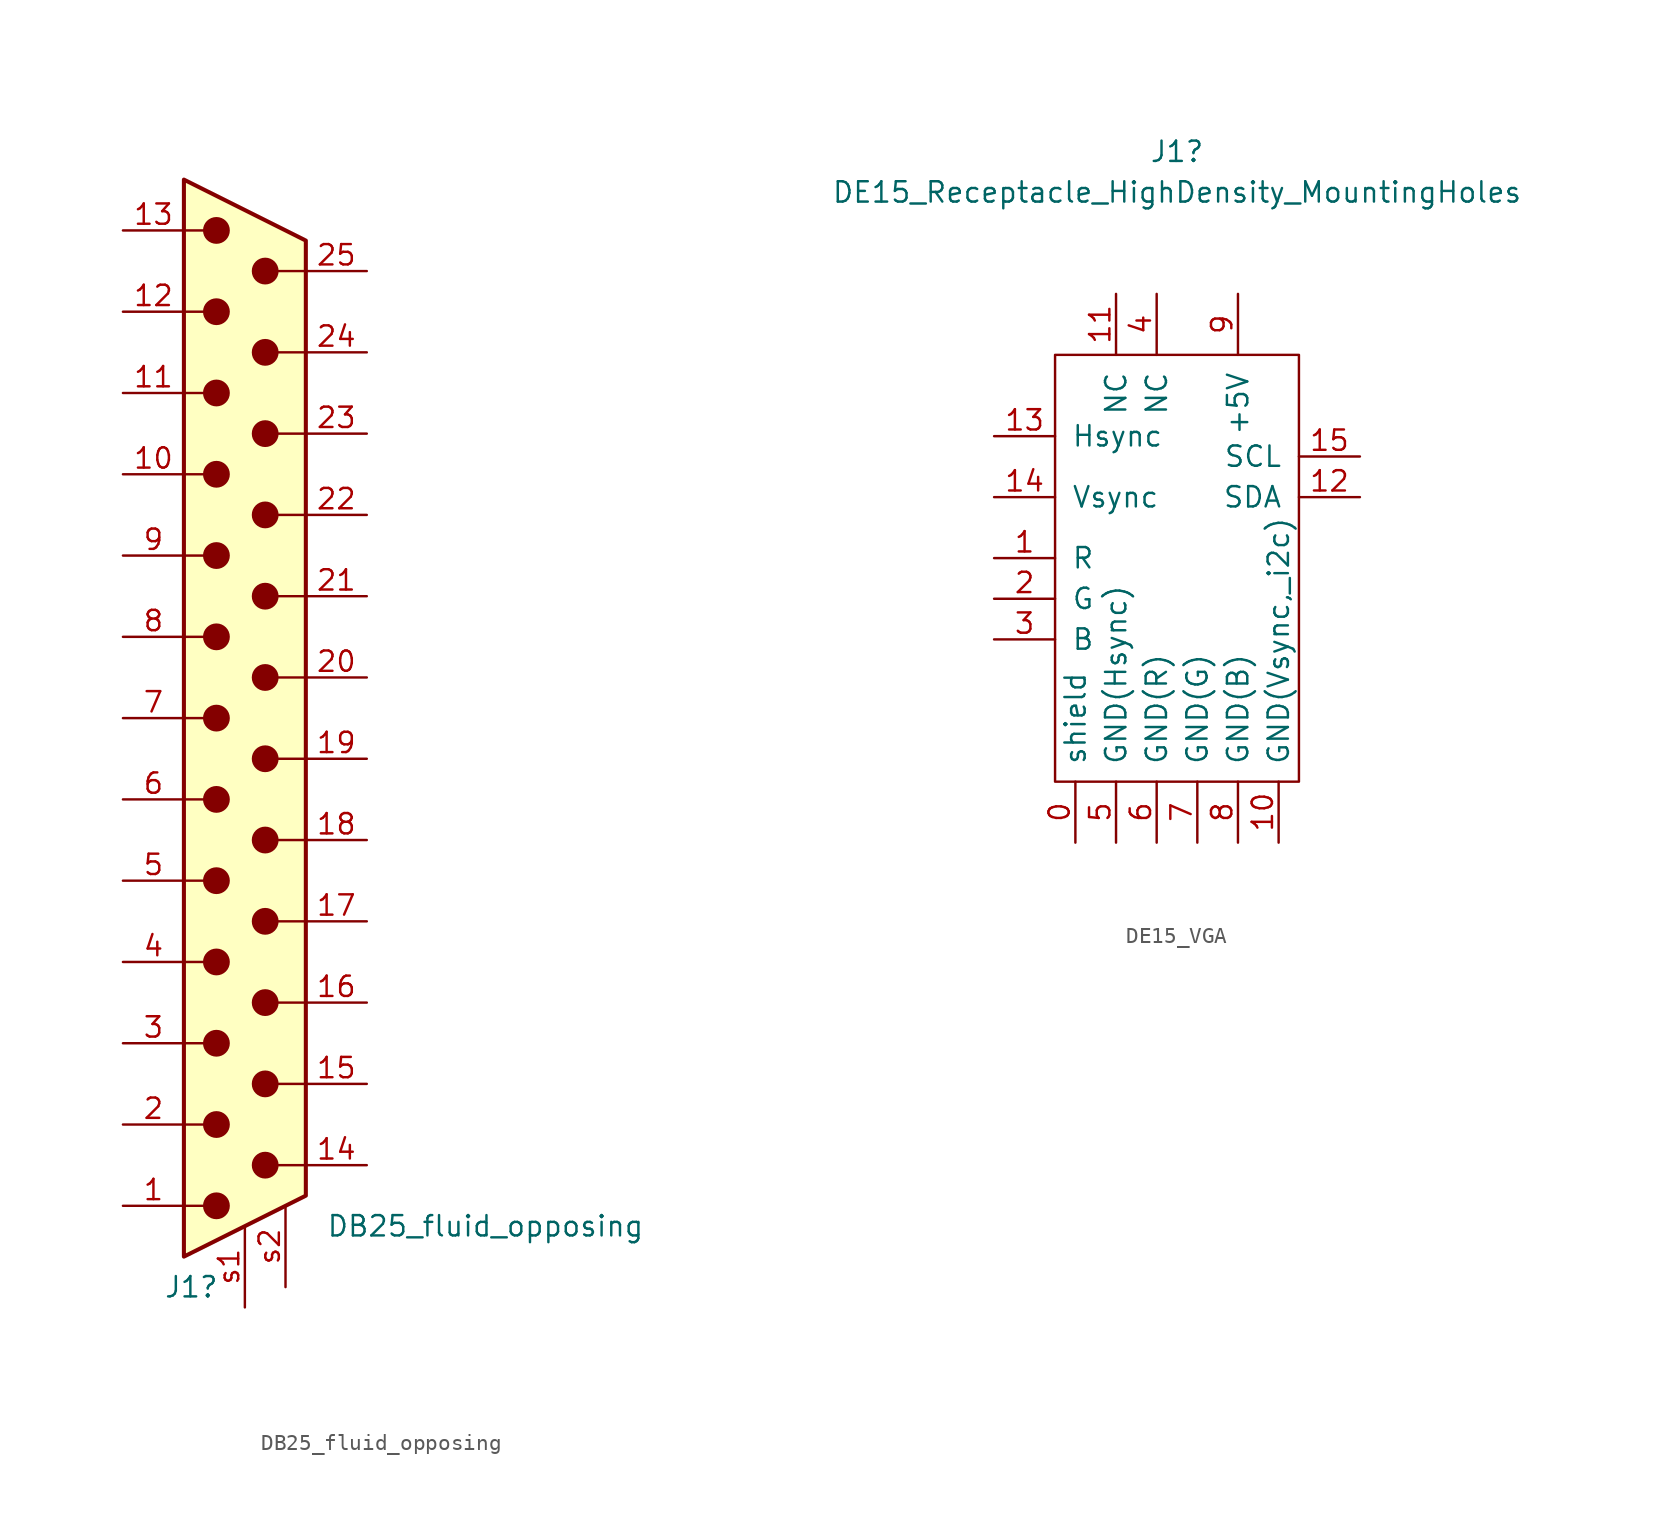
<source format=kicad_sym>
(kicad_symbol_lib
  (version 20241209)
  (generator "kicad_symbol_editor")
  (generator_version "9.0")
  (symbol "DB25_fluid_opposing"
    (pin_names
      (offset 1.016)
      (hide yes))
    (property "Reference" "J1"
      (at -5.08 -35.56 0)
      (effects (font (size 1.27 1.27)) (justify left)))
    (property "Value" "DB25_fluid_opposing"
      (at 5.08 -31.75 0)
      (effects (font (size 1.27 1.27)) (justify left)))
    (symbol "DB25_fluid_opposing_0_1"
      (polyline (pts (xy -3.81 30.48) (xy -2.54 30.48)) (stroke (width 0) (type default)) (fill (type none)))
      (polyline (pts (xy -3.81 25.4) (xy -2.54 25.4)) (stroke (width 0) (type default)) (fill (type none)))
      (polyline (pts (xy -3.81 20.32) (xy -2.54 20.32)) (stroke (width 0) (type default)) (fill (type none)))
      (polyline (pts (xy -3.81 15.24) (xy -2.54 15.24)) (stroke (width 0) (type default)) (fill (type none)))
      (polyline (pts (xy -3.81 10.16) (xy -2.54 10.16)) (stroke (width 0) (type default)) (fill (type none)))
      (polyline (pts (xy -3.81 5.08) (xy -2.54 5.08)) (stroke (width 0) (type default)) (fill (type none)))
      (polyline (pts (xy -3.81 0) (xy -2.54 0)) (stroke (width 0) (type default)) (fill (type none)))
      (polyline (pts (xy -3.81 -5.08) (xy -2.54 -5.08)) (stroke (width 0) (type default)) (fill (type none)))
      (polyline (pts (xy -3.81 -10.16) (xy -2.54 -10.16)) (stroke (width 0) (type default)) (fill (type none)))
      (polyline (pts (xy -3.81 -15.24) (xy -2.54 -15.24)) (stroke (width 0) (type default)) (fill (type none)))
      (polyline (pts (xy -3.81 -20.32) (xy -2.54 -20.32)) (stroke (width 0) (type default)) (fill (type none)))
      (polyline (pts (xy -3.81 -25.4) (xy -2.54 -25.4)) (stroke (width 0) (type default)) (fill (type none)))
      (polyline (pts (xy -3.81 -30.48) (xy -2.54 -30.48)) (stroke (width 0) (type default)) (fill (type none)))
      (polyline (pts (xy -3.81 -33.655) (xy 3.81 -29.845) (xy 3.81 29.845) (xy -3.81 33.655) (xy -3.81 -33.655)) (stroke (width 0.254) (type default)) (fill (type background)))
      (circle (center -1.778 30.48) (radius 0.762) (stroke (width 0) (type default)) (fill (type outline)))
      (circle (center -1.778 25.4) (radius 0.762) (stroke (width 0) (type default)) (fill (type outline)))
      (circle (center -1.778 20.32) (radius 0.762) (stroke (width 0) (type default)) (fill (type outline)))
      (circle (center -1.778 15.24) (radius 0.762) (stroke (width 0) (type default)) (fill (type outline)))
      (circle (center -1.778 10.16) (radius 0.762) (stroke (width 0) (type default)) (fill (type outline)))
      (circle (center -1.778 5.08) (radius 0.762) (stroke (width 0) (type default)) (fill (type outline)))
      (circle (center -1.778 0) (radius 0.762) (stroke (width 0) (type default)) (fill (type outline)))
      (circle (center -1.778 -5.08) (radius 0.762) (stroke (width 0) (type default)) (fill (type outline)))
      (circle (center -1.778 -10.16) (radius 0.762) (stroke (width 0) (type default)) (fill (type outline)))
      (circle (center -1.778 -15.24) (radius 0.762) (stroke (width 0) (type default)) (fill (type outline)))
      (circle (center -1.778 -20.32) (radius 0.762) (stroke (width 0) (type default)) (fill (type outline)))
      (circle (center -1.778 -25.4) (radius 0.762) (stroke (width 0) (type default)) (fill (type outline)))
      (circle (center -1.778 -30.48) (radius 0.762) (stroke (width 0) (type default)) (fill (type outline)))
      (circle (center 1.27 27.94) (radius 0.762) (stroke (width 0) (type default)) (fill (type outline)))
      (circle (center 1.27 22.86) (radius 0.762) (stroke (width 0) (type default)) (fill (type outline)))
      (circle (center 1.27 17.78) (radius 0.762) (stroke (width 0) (type default)) (fill (type outline)))
      (circle (center 1.27 12.7) (radius 0.762) (stroke (width 0) (type default)) (fill (type outline)))
      (circle (center 1.27 7.62) (radius 0.762) (stroke (width 0) (type default)) (fill (type outline)))
      (circle (center 1.27 2.54) (radius 0.762) (stroke (width 0) (type default)) (fill (type outline)))
      (circle (center 1.27 -2.54) (radius 0.762) (stroke (width 0) (type default)) (fill (type outline)))
      (circle (center 1.27 -7.62) (radius 0.762) (stroke (width 0) (type default)) (fill (type outline)))
      (circle (center 1.27 -12.7) (radius 0.762) (stroke (width 0) (type default)) (fill (type outline)))
      (circle (center 1.27 -17.78) (radius 0.762) (stroke (width 0) (type default)) (fill (type outline)))
      (circle (center 1.27 -22.86) (radius 0.762) (stroke (width 0) (type default)) (fill (type outline)))
      (circle (center 1.27 -27.94) (radius 0.762) (stroke (width 0) (type default)) (fill (type outline)))
      (polyline (pts (xy 3.81 27.94) (xy 1.27 27.94)) (stroke (width 0) (type default)) (fill (type none)))
      (polyline (pts (xy 3.81 22.86) (xy 1.27 22.86)) (stroke (width 0) (type default)) (fill (type none)))
      (polyline (pts (xy 3.81 17.78) (xy 1.27 17.78)) (stroke (width 0) (type default)) (fill (type none)))
      (polyline (pts (xy 3.81 12.7) (xy 1.27 12.7)) (stroke (width 0) (type default)) (fill (type none)))
      (polyline (pts (xy 3.81 7.62) (xy 1.27 7.62)) (stroke (width 0) (type default)) (fill (type none)))
      (polyline (pts (xy 3.81 2.54) (xy 1.27 2.54)) (stroke (width 0) (type default)) (fill (type none)))
      (polyline (pts (xy 3.81 -2.54) (xy 1.27 -2.54)) (stroke (width 0) (type default)) (fill (type none)))
      (polyline (pts (xy 3.81 -7.62) (xy 1.27 -7.62)) (stroke (width 0) (type default)) (fill (type none)))
      (polyline (pts (xy 3.81 -12.7) (xy 1.27 -12.7)) (stroke (width 0) (type default)) (fill (type none)))
      (polyline (pts (xy 3.81 -17.78) (xy 1.27 -17.78)) (stroke (width 0) (type default)) (fill (type none)))
      (polyline (pts (xy 3.81 -22.86) (xy 1.27 -22.86)) (stroke (width 0) (type default)) (fill (type none)))
      (polyline (pts (xy 3.81 -27.94) (xy 1.27 -27.94)) (stroke (width 0) (type default)) (fill (type none))))
    (symbol "DB25_fluid_opposing_1_1"
      (pin passive line (at -7.62 30.48 0) (length 3.81) (name "13" (effects (font (size 1.27 1.27)))) (number "13" (effects (font (size 1.27 1.27)))))
      (pin passive line (at -7.62 25.4 0) (length 3.81) (name "12" (effects (font (size 1.27 1.27)))) (number "12" (effects (font (size 1.27 1.27)))))
      (pin passive line (at -7.62 20.32 0) (length 3.81) (name "11" (effects (font (size 1.27 1.27)))) (number "11" (effects (font (size 1.27 1.27)))))
      (pin passive line (at -7.62 15.24 0) (length 3.81) (name "10" (effects (font (size 1.27 1.27)))) (number "10" (effects (font (size 1.27 1.27)))))
      (pin passive line (at -7.62 10.16 0) (length 3.81) (name "9" (effects (font (size 1.27 1.27)))) (number "9" (effects (font (size 1.27 1.27)))))
      (pin passive line (at -7.62 5.08 0) (length 3.81) (name "8" (effects (font (size 1.27 1.27)))) (number "8" (effects (font (size 1.27 1.27)))))
      (pin passive line (at -7.62 0 0) (length 3.81) (name "7" (effects (font (size 1.27 1.27)))) (number "7" (effects (font (size 1.27 1.27)))))
      (pin passive line (at -7.62 -5.08 0) (length 3.81) (name "6" (effects (font (size 1.27 1.27)))) (number "6" (effects (font (size 1.27 1.27)))))
      (pin passive line (at -7.62 -10.16 0) (length 3.81) (name "5" (effects (font (size 1.27 1.27)))) (number "5" (effects (font (size 1.27 1.27)))))
      (pin passive line (at -7.62 -15.24 0) (length 3.81) (name "4" (effects (font (size 1.27 1.27)))) (number "4" (effects (font (size 1.27 1.27)))))
      (pin passive line (at -7.62 -20.32 0) (length 3.81) (name "3" (effects (font (size 1.27 1.27)))) (number "3" (effects (font (size 1.27 1.27)))))
      (pin passive line (at -7.62 -25.4 0) (length 3.81) (name "2" (effects (font (size 1.27 1.27)))) (number "2" (effects (font (size 1.27 1.27)))))
      (pin passive line (at -7.62 -30.48 0) (length 3.81) (name "1" (effects (font (size 1.27 1.27)))) (number "1" (effects (font (size 1.27 1.27)))))
      (pin passive line (at 0 -36.83 90) (length 5.08) (name "" (effects (font (size 1.27 1.27)))) (number "s1" (effects (font (size 1.27 1.27)))))
      (pin passive line (at 2.54 -35.56 90) (length 5.08) (name "" (effects (font (size 1.27 1.27)))) (number "s2" (effects (font (size 1.27 1.27)))))
      (pin passive line (at 7.62 27.94 180) (length 3.81) (name "P25" (effects (font (size 1.27 1.27)))) (number "25" (effects (font (size 1.27 1.27)))))
      (pin passive line (at 7.62 22.86 180) (length 3.81) (name "P24" (effects (font (size 1.27 1.27)))) (number "24" (effects (font (size 1.27 1.27)))))
      (pin passive line (at 7.62 17.78 180) (length 3.81) (name "P23" (effects (font (size 1.27 1.27)))) (number "23" (effects (font (size 1.27 1.27)))))
      (pin passive line (at 7.62 12.7 180) (length 3.81) (name "P22" (effects (font (size 1.27 1.27)))) (number "22" (effects (font (size 1.27 1.27)))))
      (pin passive line (at 7.62 7.62 180) (length 3.81) (name "P21" (effects (font (size 1.27 1.27)))) (number "21" (effects (font (size 1.27 1.27)))))
      (pin passive line (at 7.62 2.54 180) (length 3.81) (name "P20" (effects (font (size 1.27 1.27)))) (number "20" (effects (font (size 1.27 1.27)))))
      (pin passive line (at 7.62 -2.54 180) (length 3.81) (name "P19" (effects (font (size 1.27 1.27)))) (number "19" (effects (font (size 1.27 1.27)))))
      (pin passive line (at 7.62 -7.62 180) (length 3.81) (name "P18" (effects (font (size 1.27 1.27)))) (number "18" (effects (font (size 1.27 1.27)))))
      (pin passive line (at 7.62 -12.7 180) (length 3.81) (name "P17" (effects (font (size 1.27 1.27)))) (number "17" (effects (font (size 1.27 1.27)))))
      (pin passive line (at 7.62 -17.78 180) (length 3.81) (name "P16" (effects (font (size 1.27 1.27)))) (number "16" (effects (font (size 1.27 1.27)))))
      (pin passive line (at 7.62 -22.86 180) (length 3.81) (name "P15" (effects (font (size 1.27 1.27)))) (number "15" (effects (font (size 1.27 1.27)))))
      (pin passive line (at 7.62 -27.94 180) (length 3.81) (name "P14" (effects (font (size 1.27 1.27)))) (number "14" (effects (font (size 1.27 1.27)))))))
  (symbol "DE15_VGA"
    (pin_names
      (offset 1.016))
    (property "Reference" "J1"
      (at 0 22.86 0)
      (effects (font (size 1.27 1.27))))
    (property "Value" "DE15_Receptacle_HighDensity_MountingHoles"
      (at 0 20.32 0)
      (effects (font (size 1.27 1.27))))
    (symbol "DE15_VGA_1_1"
      (rectangle (start -7.62 10.16) (end 7.62 -16.51) (stroke (width 0) (type default)) (fill (type none)))
      (pin passive line (at -11.43 5.08 0) (length 3.81) (name "Hsync" (effects (font (size 1.27 1.27)))) (number "13" (effects (font (size 1.27 1.27)))))
      (pin passive line (at -11.43 1.27 0) (length 3.81) (name "Vsync" (effects (font (size 1.27 1.27)))) (number "14" (effects (font (size 1.27 1.27)))))
      (pin passive line (at -11.43 -2.54 0) (length 3.81) (name "R" (effects (font (size 1.27 1.27)))) (number "1" (effects (font (size 1.27 1.27)))))
      (pin passive line (at -11.43 -5.08 0) (length 3.81) (name "G" (effects (font (size 1.27 1.27)))) (number "2" (effects (font (size 1.27 1.27)))))
      (pin passive line (at -11.43 -7.62 0) (length 3.81) (name "B" (effects (font (size 1.27 1.27)))) (number "3" (effects (font (size 1.27 1.27)))))
      (pin passive line (at -6.35 -20.32 90) (length 3.81) (name "shield" (effects (font (size 1.27 1.27)))) (number "0" (effects (font (size 1.27 1.27)))))
      (pin passive line (at -3.81 13.97 270) (length 3.81) (name "NC" (effects (font (size 1.27 1.27)))) (number "11" (effects (font (size 1.27 1.27)))))
      (pin passive line (at -3.81 -20.32 90) (length 3.81) (name "GND(Hsync)" (effects (font (size 1.27 1.27)))) (number "5" (effects (font (size 1.27 1.27)))))
      (pin passive line (at -1.27 13.97 270) (length 3.81) (name "NC" (effects (font (size 1.27 1.27)))) (number "4" (effects (font (size 1.27 1.27)))))
      (pin passive line (at -1.27 -20.32 90) (length 3.81) (name "GND(R)" (effects (font (size 1.27 1.27)))) (number "6" (effects (font (size 1.27 1.27)))))
      (pin passive line (at 1.27 -20.32 90) (length 3.81) (name "GND(G)" (effects (font (size 1.27 1.27)))) (number "7" (effects (font (size 1.27 1.27)))))
      (pin passive line (at 3.81 13.97 270) (length 3.81) (name "+5V" (effects (font (size 1.27 1.27)))) (number "9" (effects (font (size 1.27 1.27)))))
      (pin passive line (at 3.81 -20.32 90) (length 3.81) (name "GND(B)" (effects (font (size 1.27 1.27)))) (number "8" (effects (font (size 1.27 1.27)))))
      (pin passive line (at 6.35 -20.32 90) (length 3.81) (name "GND(Vsync,_i2c)" (effects (font (size 1.27 1.27)))) (number "10" (effects (font (size 1.27 1.27)))))
      (pin passive line (at 11.43 3.81 180) (length 3.81) (name "SCL" (effects (font (size 1.27 1.27)))) (number "15" (effects (font (size 1.27 1.27)))))
      (pin passive line (at 11.43 1.27 180) (length 3.81) (name "SDA" (effects (font (size 1.27 1.27)))) (number "12" (effects (font (size 1.27 1.27))))))))
</source>
